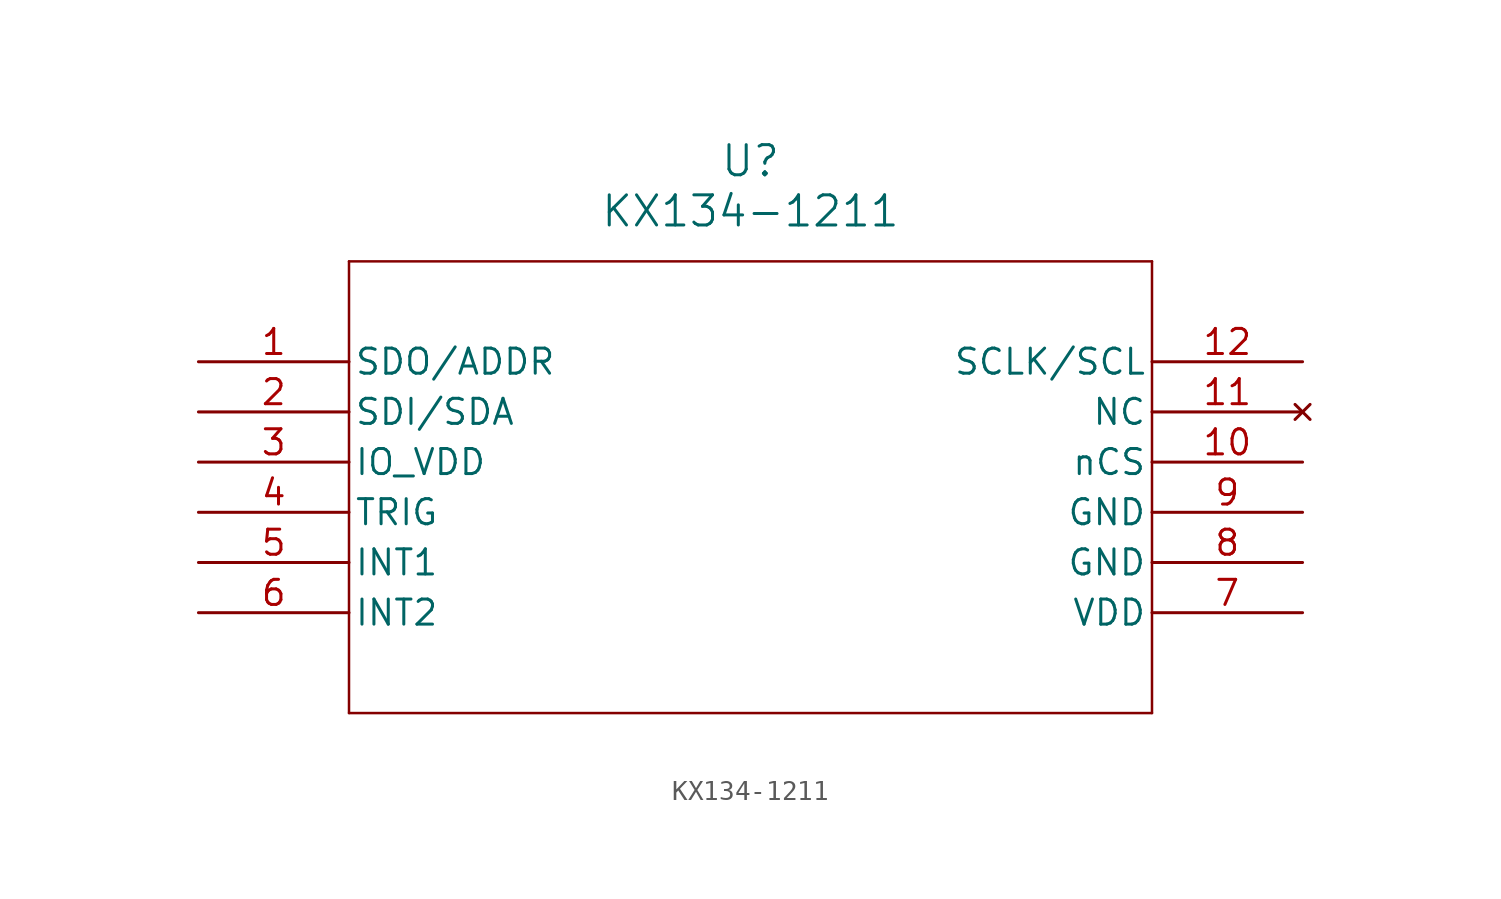
<source format=kicad_sym>
(kicad_symbol_lib
  (version 20211014)
  (generator kicad_symbol_editor)
  (symbol "KX134-1211"
    (pin_names
      (offset 0.254))
    (property "Reference" "U"
      (at 27.94 10.16 0)
      (effects (font (size 1.524 1.524))))
    (property "Value" "KX134-1211"
      (at 27.94 7.62 0)
      (effects (font (size 1.524 1.524))))
    (symbol "KX134-1211_0_1"
      (polyline (pts (xy 7.62 5.08) (xy 7.62 -17.78)) (stroke (width 0.127) (type default) (color 0 0 0 0)) (fill (type none)))
      (polyline (pts (xy 7.62 -17.78) (xy 48.26 -17.78)) (stroke (width 0.127) (type default) (color 0 0 0 0)) (fill (type none)))
      (polyline (pts (xy 48.26 -17.78) (xy 48.26 5.08)) (stroke (width 0.127) (type default) (color 0 0 0 0)) (fill (type none)))
      (polyline (pts (xy 48.26 5.08) (xy 7.62 5.08)) (stroke (width 0.127) (type default) (color 0 0 0 0)) (fill (type none)))
      (pin bidirectional line (at 0 0 0) (length 7.62) (name "SDO/ADDR" (effects (font (size 1.27 1.27)))) (number "1" (effects (font (size 1.27 1.27)))))
      (pin bidirectional line (at 0 -2.54 0) (length 7.62) (name "SDI/SDA" (effects (font (size 1.27 1.27)))) (number "2" (effects (font (size 1.27 1.27)))))
      (pin power_in line (at 0 -5.08 0) (length 7.62) (name "IO_VDD" (effects (font (size 1.27 1.27)))) (number "3" (effects (font (size 1.27 1.27)))))
      (pin input line (at 0 -7.62 0) (length 7.62) (name "TRIG" (effects (font (size 1.27 1.27)))) (number "4" (effects (font (size 1.27 1.27)))))
      (pin output line (at 0 -10.16 0) (length 7.62) (name "INT1" (effects (font (size 1.27 1.27)))) (number "5" (effects (font (size 1.27 1.27)))))
      (pin output line (at 0 -12.7 0) (length 7.62) (name "INT2" (effects (font (size 1.27 1.27)))) (number "6" (effects (font (size 1.27 1.27)))))
      (pin power_in line (at 55.88 -12.7 180) (length 7.62) (name "VDD" (effects (font (size 1.27 1.27)))) (number "7" (effects (font (size 1.27 1.27)))))
      (pin power_out line (at 55.88 -10.16 180) (length 7.62) (name "GND" (effects (font (size 1.27 1.27)))) (number "8" (effects (font (size 1.27 1.27)))))
      (pin power_out line (at 55.88 -7.62 180) (length 7.62) (name "GND" (effects (font (size 1.27 1.27)))) (number "9" (effects (font (size 1.27 1.27)))))
      (pin input line (at 55.88 -5.08 180) (length 7.62) (name "nCS" (effects (font (size 1.27 1.27)))) (number "10" (effects (font (size 1.27 1.27)))))
      (pin no_connect line (at 55.88 -2.54 180) (length 7.62) (name "NC" (effects (font (size 1.27 1.27)))) (number "11" (effects (font (size 1.27 1.27)))))
      (pin input line (at 55.88 0 180) (length 7.62) (name "SCLK/SCL" (effects (font (size 1.27 1.27)))) (number "12" (effects (font (size 1.27 1.27))))))))
</source>
